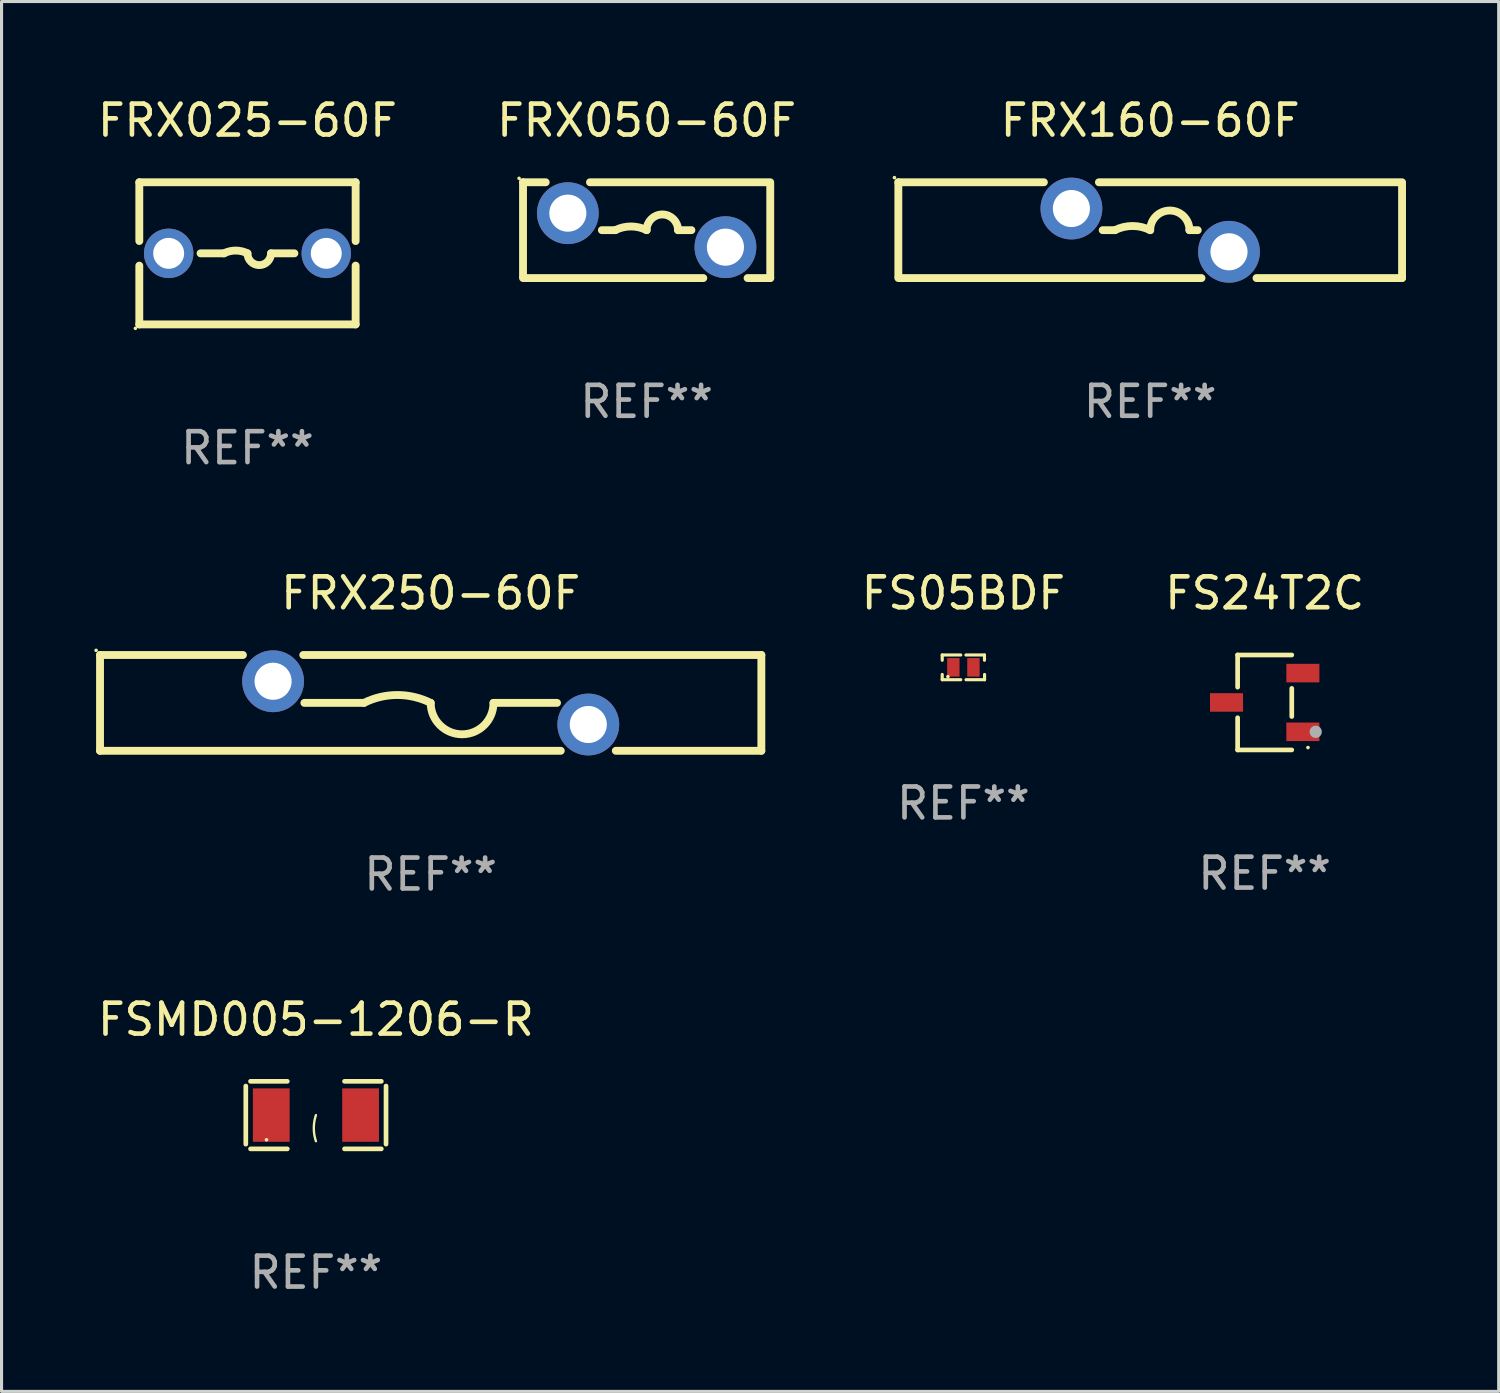
<source format=kicad_pcb>
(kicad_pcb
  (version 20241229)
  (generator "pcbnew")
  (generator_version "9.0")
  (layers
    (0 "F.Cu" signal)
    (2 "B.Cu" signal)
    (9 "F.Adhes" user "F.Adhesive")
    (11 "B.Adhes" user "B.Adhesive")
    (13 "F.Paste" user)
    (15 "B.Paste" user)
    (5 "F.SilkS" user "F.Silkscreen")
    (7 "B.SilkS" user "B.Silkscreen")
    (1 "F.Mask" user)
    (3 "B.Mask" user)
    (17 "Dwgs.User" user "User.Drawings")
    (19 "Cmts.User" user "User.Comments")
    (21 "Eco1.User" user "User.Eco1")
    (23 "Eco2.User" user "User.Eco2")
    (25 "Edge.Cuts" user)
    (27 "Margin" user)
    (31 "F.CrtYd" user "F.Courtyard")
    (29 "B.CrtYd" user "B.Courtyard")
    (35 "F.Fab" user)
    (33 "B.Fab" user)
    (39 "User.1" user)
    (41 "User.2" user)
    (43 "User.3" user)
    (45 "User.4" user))
  (footprint "FRX250-60F"
    (layer "F.Cu")
    (at 10.887 19.695)
    (property "Reference" "FRX250-60F" (at 0 -3.55 0) (layer "F.SilkS") (effects (font (size 1 1) (thickness 0.15))))
    (attr through_hole)
    (fp_line (start -10.7 1.55) (end -10.7 -1.55) (stroke (width 0.254) (type solid)) (layer "F.SilkS"))
    (fp_line (start -10.7 1.55) (end 4.21 1.55) (stroke (width 0.254) (type solid)) (layer "F.SilkS"))
    (fp_line (start -10.7 -1.55) (end -6.076 -1.55) (stroke (width 0.254) (type solid)) (layer "F.SilkS"))
    (fp_line (start -4.124 -1.55) (end 10.7 -1.55) (stroke (width 0.254) (type solid)) (layer "F.SilkS"))
    (fp_line (start -4.088 0) (end -2.159 0) (stroke (width 0.254) (type solid)) (layer "F.SilkS"))
    (fp_line (start 4.088 0) (end 2.032 0) (stroke (width 0.254) (type solid)) (layer "F.SilkS"))
    (fp_line (start 5.99 1.55) (end 10.7 1.55) (stroke (width 0.254) (type solid)) (layer "F.SilkS"))
    (fp_line (start 10.7 -1.55) (end 10.7 1.55) (stroke (width 0.254) (type solid)) (layer "F.SilkS"))
    (fp_arc (start -2.159004 0) (mid -1.079502 -0.254836) (end 0 0) (stroke (width 0.254001) (type solid)) (layer "F.SilkS"))
    (fp_arc (start 2.032004 0) (mid 1.016002 1.016002) (end 0 0) (stroke (width 0.254001) (type solid)) (layer "F.SilkS"))
    (fp_circle (center -10.827 -1.7) (end -10.797 -1.7) (stroke (width 0.06) (type solid)) (fill no) (layer "F.SilkS"))
    (fp_text user "REF**" (at 0 5.55 0) (layer "F.Fab") (effects (font (size 1 1) (thickness 0.15))))
    (pad "1" thru_hole circle (at -5.1 -0.7) (size 2 2) (drill 1.2) (layers "*.Cu" "*.Mask"))
    (pad "2" thru_hole circle (at 5.1 0.7) (size 2 2) (drill 1.2) (layers "*.Cu" "*.Mask")))
  (footprint "FRX050-60F"
    (layer "F.Cu")
    (at 17.875 4.398)
    (property "Reference" "FRX050-60F" (at 0 -3.55 0) (layer "F.SilkS") (effects (font (size 1 1) (thickness 0.15))))
    (attr through_hole)
    (fp_line (start -4 -1.55) (end -3.266 -1.55) (stroke (width 0.254) (type solid)) (layer "F.SilkS"))
    (fp_line (start -4 1.5) (end -4 -1.55) (stroke (width 0.254) (type solid)) (layer "F.SilkS"))
    (fp_line (start -1.834 -1.55) (end 4 -1.55) (stroke (width 0.254) (type solid)) (layer "F.SilkS"))
    (fp_line (start -1.449 0) (end -1.016 0) (stroke (width 0.254) (type solid)) (layer "F.SilkS"))
    (fp_line (start 1.449 0) (end 1.016 0) (stroke (width 0.254) (type solid)) (layer "F.SilkS"))
    (fp_line (start 1.834 1.55) (end -4 1.55) (stroke (width 0.254) (type solid)) (layer "F.SilkS"))
    (fp_line (start 4 -1.5) (end 4 1.55) (stroke (width 0.254) (type solid)) (layer "F.SilkS"))
    (fp_line (start 4 1.55) (end 3.266 1.55) (stroke (width 0.254) (type solid)) (layer "F.SilkS"))
    (fp_arc (start -1.016002 0) (mid -0.508001 -0.119923) (end 0 0) (stroke (width 0.254001) (type solid)) (layer "F.SilkS"))
    (fp_arc (start 0 0) (mid 0.508001 -0.508001) (end 1.016002 0) (stroke (width 0.254001) (type solid)) (layer "F.SilkS"))
    (fp_circle (center -4.127 -1.677) (end -4.097 -1.677) (stroke (width 0.06) (type solid)) (fill no) (layer "F.SilkS"))
    (fp_text user "REF**" (at 0 5.55 0) (layer "F.Fab") (effects (font (size 1 1) (thickness 0.15))))
    (pad "1" thru_hole circle (at -2.55 -0.55) (size 2 2) (drill 1.2) (layers "*.Cu" "*.Mask"))
    (pad "2" thru_hole circle (at 2.55 0.55) (size 2 2) (drill 1.2) (layers "*.Cu" "*.Mask")))
  (footprint "FS05BDF"
    (layer "F.Cu")
    (at 28.125 18.545)
    (property "Reference" "FS05BDF" (at 0 -2.4 0) (layer "F.SilkS") (effects (font (size 1 1) (thickness 0.15))))
    (attr through_hole)
    (fp_line (start -0.685 -0.4) (end -0.685 -0.23) (stroke (width 0.102) (type solid)) (layer "F.SilkS"))
    (fp_line (start -0.685 0.4) (end -0.685 0.23) (stroke (width 0.102) (type solid)) (layer "F.SilkS"))
    (fp_line (start -0.085 -0.4) (end -0.685 -0.4) (stroke (width 0.102) (type solid)) (layer "F.SilkS"))
    (fp_line (start -0.085 0.4) (end -0.685 0.4) (stroke (width 0.102) (type solid)) (layer "F.SilkS"))
    (fp_line (start 0.082 -0.4) (end 0.682 -0.4) (stroke (width 0.102) (type solid)) (layer "F.SilkS"))
    (fp_line (start 0.085 0.4) (end 0.685 0.4) (stroke (width 0.102) (type solid)) (layer "F.SilkS"))
    (fp_line (start 0.682 -0.4) (end 0.682 -0.23) (stroke (width 0.102) (type solid)) (layer "F.SilkS"))
    (fp_line (start 0.685 0.4) (end 0.685 0.23) (stroke (width 0.102) (type solid)) (layer "F.SilkS"))
    (fp_circle (center -0.5 0.3) (end -0.47 0.3) (stroke (width 0.06) (type solid)) (fill no) (layer "F.SilkS"))
    (fp_text user "REF**" (at 0 4.4 0) (layer "F.Fab") (effects (font (size 1 1) (thickness 0.15))))
    (pad "1" smd rect (at -0.325 0) (size 0.4 0.6) (layers "F.Cu" "F.Mask" "F.Paste"))
    (pad "2" smd rect (at 0.325 0) (size 0.4 0.6) (layers "F.Cu" "F.Mask" "F.Paste")))
  (footprint "FRX025-60F"
    (layer "F.Cu")
    (at 4.958 5.148)
    (property "Reference" "FRX025-60F" (at 0 -4.3 0) (layer "F.SilkS") (effects (font (size 1 1) (thickness 0.15))))
    (attr through_hole)
    (fp_line (start -3.5 -2.3) (end -3.5 -0.398) (stroke (width 0.254) (type solid)) (layer "F.SilkS"))
    (fp_line (start -3.5 -2.3) (end 3.5 -2.3) (stroke (width 0.254) (type solid)) (layer "F.SilkS"))
    (fp_line (start -3.5 0.398) (end -3.5 2.3) (stroke (width 0.254) (type solid)) (layer "F.SilkS"))
    (fp_line (start -1.519 0) (end -0.762 0) (stroke (width 0.254) (type solid)) (layer "F.SilkS"))
    (fp_line (start 1.519 0) (end 0.762 0) (stroke (width 0.254) (type solid)) (layer "F.SilkS"))
    (fp_line (start 3.5 -2.3) (end 3.5 -0.397) (stroke (width 0.254) (type solid)) (layer "F.SilkS"))
    (fp_line (start 3.5 0.397) (end 3.5 2.3) (stroke (width 0.254) (type solid)) (layer "F.SilkS"))
    (fp_line (start 3.5 2.3) (end -3.5 2.3) (stroke (width 0.254) (type solid)) (layer "F.SilkS"))
    (fp_arc (start -0.762129 0) (mid -0.381128 -0.089942) (end -0.000127 0) (stroke (width 0.254001) (type solid)) (layer "F.SilkS"))
    (fp_arc (start 0.761875 0) (mid 0.380874 0.381001) (end -0.000127 0) (stroke (width 0.254001) (type solid)) (layer "F.SilkS"))
    (fp_circle (center -3.627 2.427) (end -3.597 2.427) (stroke (width 0.06) (type solid)) (fill no) (layer "F.SilkS"))
    (fp_text user "REF**" (at 0 6.3 0) (layer "F.Fab") (effects (font (size 1 1) (thickness 0.15))))
    (pad "1" thru_hole circle (at -2.55 0) (size 1.6 1.6) (drill 1) (layers "*.Cu" "*.Mask"))
    (pad "2" thru_hole circle (at 2.55 0) (size 1.6 1.6) (drill 1) (layers "*.Cu" "*.Mask")))
  (footprint "FS24T2C"
    (layer "F.Cu")
    (at 37.875 19.681)
    (property "Reference" "FS24T2C" (at 0 -3.536 0) (layer "F.SilkS") (effects (font (size 1 1) (thickness 0.15))))
    (attr through_hole)
    (fp_line (start -0.876 -1.536) (end -0.876 -0.495) (stroke (width 0.152) (type solid)) (layer "F.SilkS"))
    (fp_line (start -0.876 1.536) (end -0.876 0.495) (stroke (width 0.152) (type solid)) (layer "F.SilkS"))
    (fp_line (start 0.876 -1.536) (end -0.876 -1.536) (stroke (width 0.152) (type solid)) (layer "F.SilkS"))
    (fp_line (start 0.876 -0.455) (end 0.876 0.455) (stroke (width 0.152) (type solid)) (layer "F.SilkS"))
    (fp_line (start 0.876 1.536) (end -0.876 1.536) (stroke (width 0.152) (type solid)) (layer "F.SilkS"))
    (fp_circle (center 1.4 1.46) (end 1.43 1.46) (stroke (width 0.06) (type solid)) (fill no) (layer "F.SilkS"))
    (fp_circle (center 1.651 0.95) (end 1.751 0.95) (stroke (width 0.2) (type solid)) (fill no) (layer "F.Fab"))
    (fp_text user "REF**" (at 0 5.536 0) (layer "F.Fab") (effects (font (size 1 1) (thickness 0.15))))
    (pad "1" smd rect (at 1.235 0.95) (size 1.07 0.6) (layers "F.Cu" "F.Mask" "F.Paste"))
    (pad "2" smd rect (at 1.235 -0.95) (size 1.07 0.6) (layers "F.Cu" "F.Mask" "F.Paste"))
    (pad "3" smd rect (at -1.235 0) (size 1.07 0.6) (layers "F.Cu" "F.Mask" "F.Paste")))
  (footprint "FSMD005-1206-R"
    (layer "F.Cu")
    (at 7.173 33.034)
    (property "Reference" "FSMD005-1206-R" (at 0 -3.093 0) (layer "F.SilkS") (effects (font (size 1 1) (thickness 0.15))))
    (attr through_hole)
    (fp_line (start -2.269 -0.94) (end -2.269 0.94) (stroke (width 0.152) (type solid)) (layer "F.SilkS"))
    (fp_line (start -2.116 1.093) (end -0.926 1.093) (stroke (width 0.152) (type solid)) (layer "F.SilkS"))
    (fp_line (start -0.926 -1.093) (end -2.116 -1.093) (stroke (width 0.152) (type solid)) (layer "F.SilkS"))
    (fp_line (start 0.926 -1.093) (end 2.116 -1.093) (stroke (width 0.152) (type solid)) (layer "F.SilkS"))
    (fp_line (start 2.116 1.093) (end 0.926 1.093) (stroke (width 0.152) (type solid)) (layer "F.SilkS"))
    (fp_line (start 2.269 -0.94) (end 2.269 0.94) (stroke (width 0.152) (type solid)) (layer "F.SilkS"))
    (fp_arc (start 0 0.844951) (mid -0.068559 0.422475) (end 0 0) (stroke (width 0.0762) (type solid)) (layer "F.SilkS"))
    (fp_circle (center -1.6 0.8) (end -1.57 0.8) (stroke (width 0.06) (type solid)) (fill no) (layer "F.SilkS"))
    (fp_text user "REF**" (at 0 5.093 0) (layer "F.Fab") (effects (font (size 1 1) (thickness 0.15))))
    (pad "1" smd rect (at -1.445 0) (size 1.19 1.728) (layers "F.Cu" "F.Mask" "F.Paste"))
    (pad "2" smd rect (at 1.445 0) (size 1.19 1.728) (layers "F.Cu" "F.Mask" "F.Paste")))
  (footprint "FRX160-60F"
    (layer "F.Cu")
    (at 34.17 4.398)
    (property "Reference" "FRX160-60F" (at 0 -3.55 0) (layer "F.SilkS") (effects (font (size 1 1) (thickness 0.15))))
    (attr through_hole)
    (fp_line (start -8.15 -1.55) (end -3.44 -1.55) (stroke (width 0.254) (type solid)) (layer "F.SilkS"))
    (fp_line (start -8.15 1.5) (end -8.15 -1.55) (stroke (width 0.254) (type solid)) (layer "F.SilkS"))
    (fp_line (start -1.66 -1.55) (end 8.15 -1.55) (stroke (width 0.254) (type solid)) (layer "F.SilkS"))
    (fp_line (start -1.538 0) (end -1.143 0) (stroke (width 0.254) (type solid)) (layer "F.SilkS"))
    (fp_line (start 1.538 0) (end 1.27 0) (stroke (width 0.254) (type solid)) (layer "F.SilkS"))
    (fp_line (start 1.66 1.55) (end -8.15 1.55) (stroke (width 0.254) (type solid)) (layer "F.SilkS"))
    (fp_line (start 8.15 1.55) (end 3.44 1.55) (stroke (width 0.254) (type solid)) (layer "F.SilkS"))
    (fp_line (start 8.15 -1.5) (end 8.15 1.55) (stroke (width 0.254) (type solid)) (layer "F.SilkS"))
    (fp_arc (start -1.143028 0) (mid -0.571527 -0.134913) (end -0.000026 0) (stroke (width 0.254001) (type solid)) (layer "F.SilkS"))
    (fp_arc (start -0.000025 0) (mid 0.634976 -0.635001) (end 1.269977 0) (stroke (width 0.254001) (type solid)) (layer "F.SilkS"))
    (fp_circle (center -8.277 -1.7) (end -8.247 -1.7) (stroke (width 0.06) (type solid)) (fill no) (layer "F.SilkS"))
    (fp_text user "REF**" (at 0 5.55 0) (layer "F.Fab") (effects (font (size 1 1) (thickness 0.15))))
    (pad "1" thru_hole circle (at -2.55 -0.7) (size 2 2) (drill 1.2) (layers "*.Cu" "*.Mask"))
    (pad "2" thru_hole circle (at 2.55 0.7) (size 2 2) (drill 1.2) (layers "*.Cu" "*.Mask")))
  (gr_rect
    (start -3 -3)
    (end 45.447 41.975)
    (stroke (width 0.1) (type default))
    (fill no)
    (layer "Edge.Cuts")))
</source>
